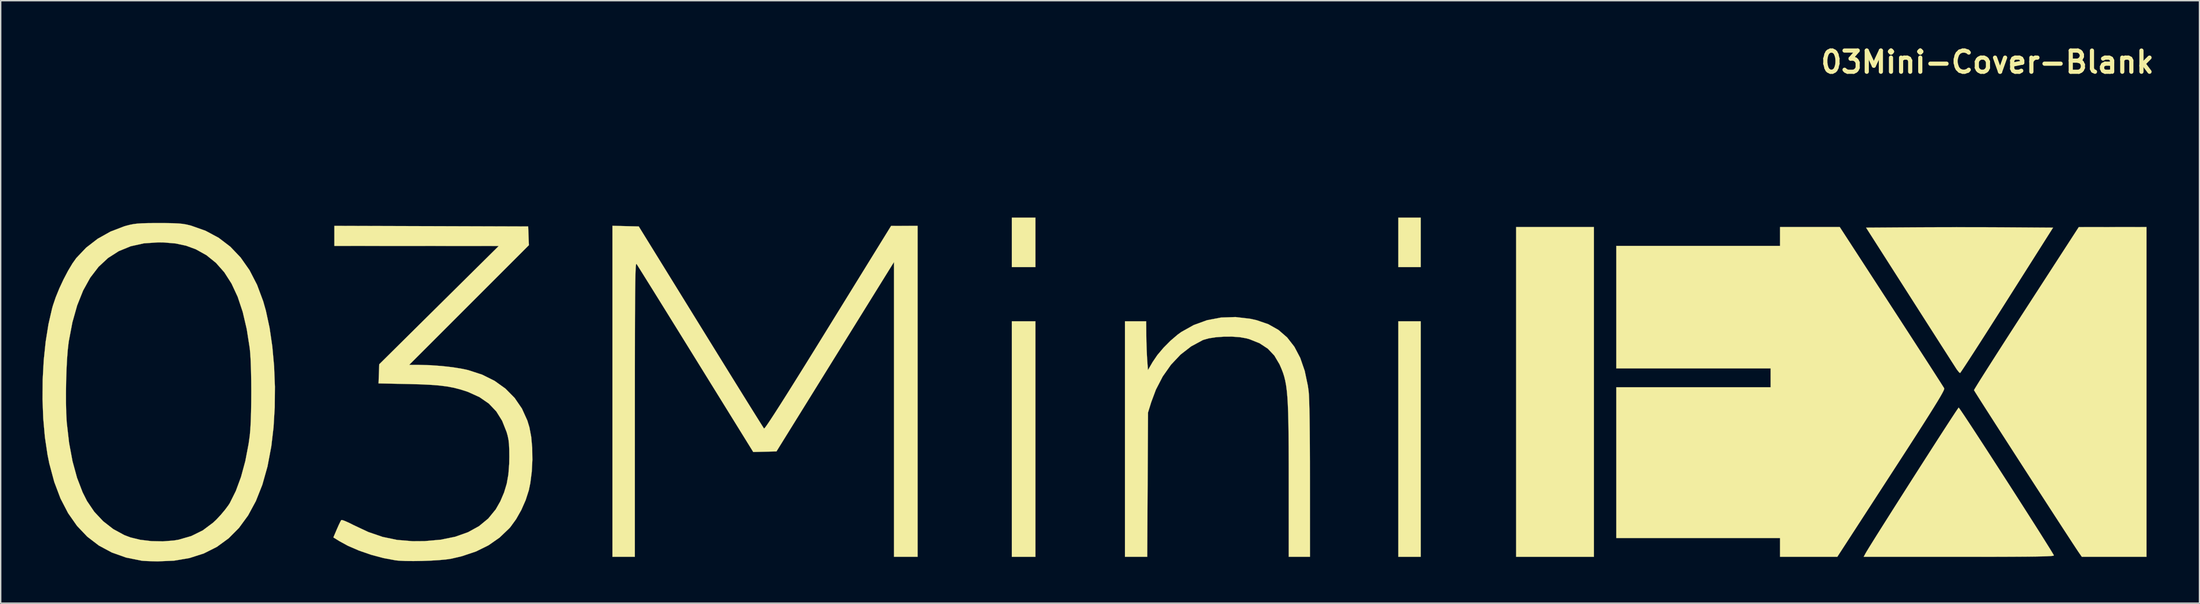
<source format=kicad_pcb>
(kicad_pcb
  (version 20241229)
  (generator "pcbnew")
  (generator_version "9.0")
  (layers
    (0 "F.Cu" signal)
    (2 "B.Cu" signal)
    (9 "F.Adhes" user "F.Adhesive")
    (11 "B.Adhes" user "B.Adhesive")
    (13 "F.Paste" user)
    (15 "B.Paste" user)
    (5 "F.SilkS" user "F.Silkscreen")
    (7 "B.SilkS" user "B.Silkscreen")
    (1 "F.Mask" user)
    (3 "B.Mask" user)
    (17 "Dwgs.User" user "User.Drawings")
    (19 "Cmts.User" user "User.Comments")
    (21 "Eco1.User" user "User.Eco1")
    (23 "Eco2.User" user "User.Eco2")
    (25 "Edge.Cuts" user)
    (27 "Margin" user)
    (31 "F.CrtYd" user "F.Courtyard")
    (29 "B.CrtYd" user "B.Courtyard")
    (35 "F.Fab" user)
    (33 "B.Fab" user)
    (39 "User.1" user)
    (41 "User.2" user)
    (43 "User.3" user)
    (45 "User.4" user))
  (footprint "03Mini-Cover-Blank"
    (layer "F.Cu")
    (at 139.765 1.418)
    (property "Reference" "03Mini-Cover-Blank" (at 0 0 0) (layer "F.SilkS") (effects (font (size 1.524 1.524) (thickness 0.3))))
    (attr through_hole)
    (fp_poly (pts (xy -68.411 14.732) (xy -70.104 14.732) (xy -70.104 11.176) (xy -68.411 11.176) (xy -68.411 14.732)) (stroke (width 0.01) (type solid)) (fill yes) (layer "F.SilkS"))
    (fp_poly (pts (xy -68.411 35.56) (xy -70.104 35.56) (xy -70.104 18.627) (xy -68.411 18.627) (xy -68.411 35.56)) (stroke (width 0.01) (type solid)) (fill yes) (layer "F.SilkS"))
    (fp_poly (pts (xy -40.725 14.732) (xy -42.333 14.732) (xy -42.333 11.176) (xy -40.725 11.176) (xy -40.725 14.732)) (stroke (width 0.01) (type solid)) (fill yes) (layer "F.SilkS"))
    (fp_poly (pts (xy -40.725 35.56) (xy -42.333 35.56) (xy -42.333 18.627) (xy -40.725 18.627) (xy -40.725 35.56)) (stroke (width 0.01) (type solid)) (fill yes) (layer "F.SilkS"))
    (fp_poly (pts (xy -28.279 35.56) (xy -33.867 35.56) (xy -33.867 11.853) (xy -28.279 11.853) (xy -28.279 35.56)) (stroke (width 0.01) (type solid)) (fill yes) (layer "F.SilkS"))
    (fp_poly (pts (xy -1.119 11.865) (xy -0.042 11.867) (xy 0.944 11.871) (xy 1.391 11.874) (xy 4.716 11.896) (xy 1.406 17.12) (xy 0.866 17.971) (xy 0.351 18.779) (xy -0.13 19.533) (xy -0.571 20.221) (xy -0.965 20.833) (xy -1.304 21.356) (xy -1.581 21.781) (xy -1.789 22.095) (xy -1.92 22.288) (xy -1.967 22.348) (xy -2.047 22.286) (xy -2.176 22.125) (xy -2.238 22.035) (xy -2.318 21.91) (xy -2.481 21.656) (xy -2.72 21.284) (xy -3.025 20.807) (xy -3.39 20.238) (xy -3.805 19.588) (xy -4.264 18.871) (xy -4.757 18.099) (xy -5.278 17.284) (xy -5.583 16.806) (xy -8.72 11.896) (xy -5.328 11.874) (xy -4.394 11.869) (xy -3.347 11.866) (xy -2.238 11.864) (xy -1.119 11.865)) (stroke (width 0.01) (type solid)) (fill yes) (layer "F.SilkS"))
    (fp_poly (pts (xy -6.894 17.578) (xy -6.314 18.47) (xy -5.761 19.323) (xy -5.241 20.126) (xy -4.761 20.868) (xy -4.327 21.539) (xy -3.948 22.127) (xy -3.631 22.621) (xy -3.381 23.01) (xy -3.207 23.284) (xy -3.115 23.431) (xy -3.103 23.452) (xy -3.108 23.509) (xy -3.157 23.626) (xy -3.252 23.81) (xy -3.399 24.069) (xy -3.603 24.41) (xy -3.869 24.841) (xy -4.2 25.369) (xy -4.601 26.002) (xy -5.078 26.747) (xy -5.635 27.612) (xy -6.277 28.605) (xy -6.91 29.581) (xy -10.789 35.56) (xy -14.901 35.56) (xy -14.901 34.205) (xy -26.67 34.205) (xy -26.67 23.368) (xy -15.579 23.368) (xy -15.579 22.013) (xy -26.67 22.013) (xy -26.67 13.208) (xy -14.901 13.208) (xy -14.901 11.853) (xy -10.612 11.853) (xy -6.894 17.578)) (stroke (width 0.01) (type solid)) (fill yes) (layer "F.SilkS"))
    (fp_poly (pts (xy 11.43 35.56) (xy 6.785 35.56) (xy 6.621 35.327) (xy 6.512 35.167) (xy 6.325 34.885) (xy 6.069 34.495) (xy 5.752 34.009) (xy 5.382 33.441) (xy 4.967 32.803) (xy 4.516 32.108) (xy 4.038 31.369) (xy 3.539 30.599) (xy 3.029 29.811) (xy 2.516 29.016) (xy 2.009 28.23) (xy 1.515 27.463) (xy 1.042 26.729) (xy 0.6 26.042) (xy 0.197 25.413) (xy -0.16 24.856) (xy -0.462 24.383) (xy -0.701 24.007) (xy -0.867 23.742) (xy -0.954 23.599) (xy -0.965 23.578) (xy -0.922 23.496) (xy -0.792 23.282) (xy -0.585 22.947) (xy -0.305 22.503) (xy 0.04 21.96) (xy 0.443 21.328) (xy 0.897 20.618) (xy 1.396 19.841) (xy 1.933 19.008) (xy 2.5 18.13) (xy 2.794 17.676) (xy 6.562 11.859) (xy 11.43 11.853) (xy 11.43 35.56)) (stroke (width 0.01) (type solid)) (fill yes) (layer "F.SilkS"))
    (fp_poly (pts (xy -2.013 24.898) (xy -1.877 25.094) (xy -1.667 25.405) (xy -1.393 25.819) (xy -1.062 26.322) (xy -0.684 26.901) (xy -0.266 27.542) (xy 0.181 28.232) (xy 0.65 28.958) (xy 1.132 29.705) (xy 1.619 30.461) (xy 2.101 31.212) (xy 2.57 31.945) (xy 3.017 32.645) (xy 3.435 33.301) (xy 3.813 33.898) (xy 4.143 34.423) (xy 4.418 34.862) (xy 4.627 35.202) (xy 4.763 35.43) (xy 4.776 35.454) (xy 4.757 35.474) (xy 4.669 35.491) (xy 4.503 35.506) (xy 4.251 35.519) (xy 3.902 35.53) (xy 3.449 35.539) (xy 2.881 35.546) (xy 2.189 35.551) (xy 1.365 35.555) (xy 0.4 35.558) (xy -0.717 35.56) (xy -1.993 35.56) (xy -8.894 35.56) (xy -8.769 35.327) (xy -8.677 35.169) (xy -8.507 34.89) (xy -8.267 34.504) (xy -7.968 34.025) (xy -7.616 33.466) (xy -7.221 32.842) (xy -6.793 32.165) (xy -6.338 31.45) (xy -5.867 30.71) (xy -5.388 29.958) (xy -4.909 29.209) (xy -4.44 28.477) (xy -3.989 27.774) (xy -3.565 27.114) (xy -3.176 26.512) (xy -2.832 25.981) (xy -2.541 25.535) (xy -2.312 25.186) (xy -2.153 24.95) (xy -2.074 24.839) (xy -2.067 24.832) (xy -2.013 24.898)) (stroke (width 0.01) (type solid)) (fill yes) (layer "F.SilkS"))
    (fp_poly (pts (xy -97.86 11.787) (xy -96.914 11.811) (xy -92.454 19.033) (xy -91.83 20.042) (xy -91.231 21.011) (xy -90.662 21.93) (xy -90.13 22.789) (xy -89.64 23.578) (xy -89.199 24.288) (xy -88.812 24.909) (xy -88.486 25.431) (xy -88.227 25.844) (xy -88.041 26.139) (xy -87.934 26.305) (xy -87.91 26.34) (xy -87.85 26.284) (xy -87.703 26.083) (xy -87.469 25.737) (xy -87.149 25.247) (xy -86.743 24.613) (xy -86.25 23.835) (xy -85.672 22.913) (xy -85.008 21.849) (xy -84.258 20.641) (xy -83.423 19.29) (xy -83.304 19.097) (xy -78.782 11.771) (xy -77.83 11.77) (xy -76.877 11.769) (xy -76.877 35.56) (xy -78.571 35.56) (xy -78.571 14.363) (xy -87.019 27.982) (xy -87.854 28.003) (xy -88.688 28.023) (xy -92.825 21.339) (xy -93.427 20.367) (xy -94.004 19.435) (xy -94.552 18.552) (xy -95.062 17.729) (xy -95.53 16.976) (xy -95.948 16.303) (xy -96.311 15.722) (xy -96.611 15.241) (xy -96.842 14.872) (xy -96.998 14.624) (xy -97.073 14.509) (xy -97.077 14.503) (xy -97.094 14.5) (xy -97.109 14.546) (xy -97.123 14.649) (xy -97.136 14.816) (xy -97.146 15.055) (xy -97.156 15.374) (xy -97.164 15.782) (xy -97.171 16.286) (xy -97.177 16.894) (xy -97.182 17.615) (xy -97.186 18.456) (xy -97.189 19.425) (xy -97.191 20.531) (xy -97.193 21.781) (xy -97.194 23.183) (xy -97.195 24.746) (xy -97.195 24.956) (xy -97.197 35.56) (xy -98.806 35.56) (xy -98.806 11.763) (xy -97.86 11.787)) (stroke (width 0.01) (type solid)) (fill yes) (layer "F.SilkS"))
    (fp_poly (pts (xy -52.962 18.449) (xy -52.509 18.55) (xy -51.675 18.837) (xy -50.947 19.249) (xy -50.323 19.788) (xy -49.802 20.457) (xy -49.381 21.258) (xy -49.058 22.194) (xy -48.832 23.268) (xy -48.777 23.664) (xy -48.756 23.929) (xy -48.738 24.356) (xy -48.722 24.938) (xy -48.708 25.67) (xy -48.698 26.544) (xy -48.69 27.553) (xy -48.685 28.69) (xy -48.684 29.949) (xy -48.684 29.993) (xy -48.683 35.56) (xy -50.207 35.56) (xy -50.208 30.12) (xy -50.209 28.855) (xy -50.213 27.745) (xy -50.22 26.779) (xy -50.232 25.942) (xy -50.249 25.222) (xy -50.273 24.605) (xy -50.305 24.078) (xy -50.346 23.628) (xy -50.396 23.242) (xy -50.458 22.906) (xy -50.531 22.607) (xy -50.618 22.332) (xy -50.719 22.069) (xy -50.834 21.802) (xy -50.878 21.707) (xy -51.243 21.091) (xy -51.715 20.594) (xy -52.304 20.206) (xy -53.023 19.918) (xy -53.255 19.853) (xy -53.72 19.77) (xy -54.272 19.731) (xy -54.86 19.733) (xy -55.436 19.774) (xy -55.95 19.853) (xy -56.353 19.967) (xy -56.388 19.982) (xy -57.22 20.431) (xy -57.985 21.025) (xy -58.669 21.751) (xy -59.263 22.595) (xy -59.753 23.542) (xy -60.089 24.444) (xy -60.32 25.188) (xy -60.348 30.374) (xy -60.377 35.56) (xy -61.976 35.56) (xy -61.976 18.627) (xy -60.452 18.627) (xy -60.443 19.622) (xy -60.434 20.116) (xy -60.417 20.644) (xy -60.395 21.128) (xy -60.38 21.375) (xy -60.325 22.135) (xy -59.986 21.551) (xy -59.649 21.055) (xy -59.206 20.53) (xy -58.704 20.024) (xy -58.188 19.584) (xy -57.931 19.398) (xy -57.036 18.897) (xy -56.079 18.549) (xy -55.073 18.358) (xy -54.029 18.323) (xy -52.962 18.449)) (stroke (width 0.01) (type solid)) (fill yes) (layer "F.SilkS"))
    (fp_poly (pts (xy -111.823 11.789) (xy -104.86 11.811) (xy -104.835 12.484) (xy -104.81 13.157) (xy -109.11 17.458) (xy -113.41 21.759) (xy -112.733 21.761) (xy -111.917 21.784) (xy -111.084 21.842) (xy -110.286 21.932) (xy -109.574 22.048) (xy -109.178 22.135) (xy -108.169 22.463) (xy -107.272 22.91) (xy -106.492 23.469) (xy -105.835 24.135) (xy -105.309 24.902) (xy -104.919 25.763) (xy -104.772 26.247) (xy -104.642 26.937) (xy -104.571 27.734) (xy -104.558 28.587) (xy -104.603 29.442) (xy -104.705 30.25) (xy -104.814 30.776) (xy -105.04 31.481) (xy -105.353 32.192) (xy -105.727 32.853) (xy -106.132 33.412) (xy -106.217 33.509) (xy -106.918 34.178) (xy -107.71 34.73) (xy -108.608 35.174) (xy -109.626 35.516) (xy -110.38 35.693) (xy -110.763 35.749) (xy -111.271 35.796) (xy -111.86 35.832) (xy -112.485 35.855) (xy -113.102 35.864) (xy -113.669 35.859) (xy -114.141 35.837) (xy -114.385 35.812) (xy -115.257 35.65) (xy -116.15 35.411) (xy -117.017 35.112) (xy -117.808 34.77) (xy -118.421 34.436) (xy -118.859 34.163) (xy -118.607 33.57) (xy -118.477 33.277) (xy -118.366 33.046) (xy -118.296 32.92) (xy -118.29 32.913) (xy -118.193 32.923) (xy -117.982 33.002) (xy -117.688 33.136) (xy -117.403 33.28) (xy -116.348 33.775) (xy -115.319 34.127) (xy -114.275 34.344) (xy -113.174 34.436) (xy -112.31 34.43) (xy -111.14 34.327) (xy -110.098 34.114) (xy -109.184 33.789) (xy -108.395 33.354) (xy -107.732 32.808) (xy -107.193 32.149) (xy -106.863 31.569) (xy -106.592 30.931) (xy -106.402 30.3) (xy -106.283 29.631) (xy -106.225 28.874) (xy -106.216 28.363) (xy -106.221 27.851) (xy -106.239 27.461) (xy -106.275 27.145) (xy -106.335 26.856) (xy -106.412 26.585) (xy -106.731 25.782) (xy -107.154 25.104) (xy -107.692 24.541) (xy -108.356 24.082) (xy -109.156 23.717) (xy -109.322 23.658) (xy -109.769 23.517) (xy -110.212 23.404) (xy -110.68 23.316) (xy -111.201 23.249) (xy -111.802 23.2) (xy -112.513 23.164) (xy -113.36 23.14) (xy -113.496 23.137) (xy -115.613 23.093) (xy -115.563 21.717) (xy -111.27 17.466) (xy -106.976 13.215) (xy -112.882 13.211) (xy -118.787 13.208) (xy -118.787 11.768) (xy -111.823 11.789)) (stroke (width 0.01) (type solid)) (fill yes) (layer "F.SilkS"))
    (fp_poly (pts (xy -130.803 11.57) (xy -130.339 11.579) (xy -129.977 11.596) (xy -129.685 11.625) (xy -129.429 11.668) (xy -129.175 11.728) (xy -129.079 11.754) (xy -128.04 12.122) (xy -127.101 12.626) (xy -126.263 13.266) (xy -125.524 14.042) (xy -124.884 14.954) (xy -124.343 16.004) (xy -123.9 17.191) (xy -123.708 17.868) (xy -123.444 19.092) (xy -123.247 20.436) (xy -123.118 21.86) (xy -123.06 23.328) (xy -123.072 24.801) (xy -123.158 26.243) (xy -123.318 27.614) (xy -123.593 29.066) (xy -123.963 30.379) (xy -124.428 31.552) (xy -124.987 32.586) (xy -125.641 33.479) (xy -126.389 34.232) (xy -127.23 34.845) (xy -128.166 35.316) (xy -129.195 35.647) (xy -130.317 35.837) (xy -131.487 35.886) (xy -131.887 35.877) (xy -132.249 35.864) (xy -132.523 35.849) (xy -132.63 35.839) (xy -133.755 35.612) (xy -134.782 35.248) (xy -135.712 34.748) (xy -136.544 34.111) (xy -137.281 33.336) (xy -137.921 32.422) (xy -138.467 31.369) (xy -138.917 30.176) (xy -139.274 28.843) (xy -139.401 28.216) (xy -139.588 26.957) (xy -139.707 25.615) (xy -139.76 24.224) (xy -139.756 23.704) (xy -138.074 23.704) (xy -138.073 24.491) (xy -138.056 25.213) (xy -138.023 25.83) (xy -138.016 25.924) (xy -137.849 27.375) (xy -137.602 28.695) (xy -137.278 29.879) (xy -136.878 30.921) (xy -136.563 31.547) (xy -136.04 32.32) (xy -135.402 33) (xy -134.675 33.566) (xy -133.883 33.996) (xy -133.444 34.163) (xy -132.737 34.335) (xy -131.938 34.43) (xy -131.11 34.448) (xy -130.312 34.384) (xy -129.981 34.328) (xy -129.069 34.065) (xy -128.245 33.658) (xy -127.501 33.102) (xy -127.256 32.87) (xy -126.945 32.536) (xy -126.644 32.176) (xy -126.399 31.846) (xy -126.302 31.695) (xy -125.869 30.825) (xy -125.496 29.813) (xy -125.188 28.677) (xy -124.95 27.435) (xy -124.867 26.839) (xy -124.827 26.403) (xy -124.796 25.832) (xy -124.774 25.161) (xy -124.762 24.424) (xy -124.758 23.655) (xy -124.763 22.888) (xy -124.777 22.158) (xy -124.8 21.498) (xy -124.832 20.944) (xy -124.868 20.574) (xy -125.085 19.19) (xy -125.374 17.955) (xy -125.737 16.867) (xy -126.177 15.919) (xy -126.696 15.108) (xy -127.296 14.429) (xy -127.98 13.877) (xy -128.746 13.451) (xy -129.439 13.196) (xy -130.197 13.034) (xy -131.055 12.96) (xy -131.437 12.954) (xy -132.473 13.024) (xy -133.421 13.234) (xy -134.279 13.585) (xy -135.05 14.078) (xy -135.733 14.714) (xy -136.33 15.493) (xy -136.842 16.417) (xy -137.269 17.486) (xy -137.612 18.702) (xy -137.871 20.064) (xy -137.884 20.151) (xy -137.945 20.68) (xy -137.996 21.339) (xy -138.035 22.088) (xy -138.061 22.89) (xy -138.074 23.704) (xy -139.756 23.704) (xy -139.748 22.817) (xy -139.672 21.428) (xy -139.533 20.091) (xy -139.333 18.838) (xy -139.072 17.704) (xy -139.013 17.494) (xy -138.813 16.904) (xy -138.552 16.263) (xy -138.249 15.614) (xy -137.927 15) (xy -137.607 14.465) (xy -137.33 14.076) (xy -136.624 13.334) (xy -135.798 12.696) (xy -134.878 12.18) (xy -133.888 11.8) (xy -133.731 11.755) (xy -133.469 11.688) (xy -133.217 11.639) (xy -132.942 11.605) (xy -132.61 11.584) (xy -132.189 11.572) (xy -131.643 11.568) (xy -131.403 11.568) (xy -130.803 11.57)) (stroke (width 0.01) (type solid)) (fill yes) (layer "F.SilkS")))
  (gr_rect
    (start -3 -3)
    (end 155.001 40.309)
    (stroke (width 0.1) (type default))
    (fill no)
    (layer "Edge.Cuts")))
</source>
